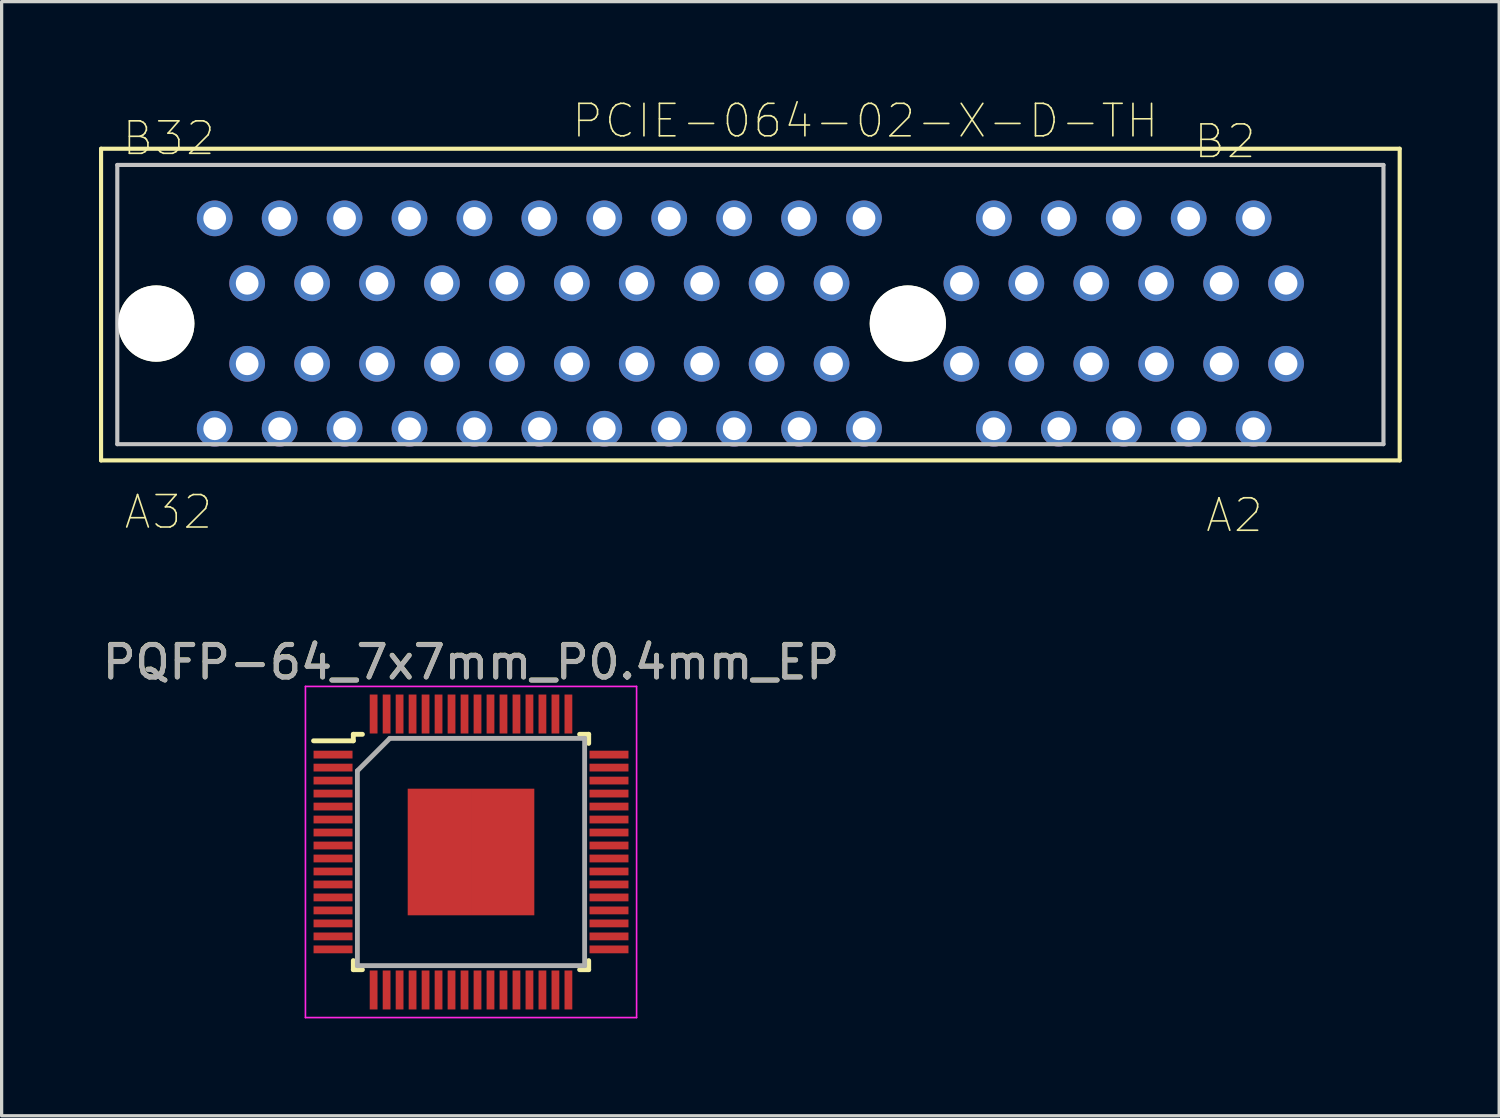
<source format=kicad_pcb>
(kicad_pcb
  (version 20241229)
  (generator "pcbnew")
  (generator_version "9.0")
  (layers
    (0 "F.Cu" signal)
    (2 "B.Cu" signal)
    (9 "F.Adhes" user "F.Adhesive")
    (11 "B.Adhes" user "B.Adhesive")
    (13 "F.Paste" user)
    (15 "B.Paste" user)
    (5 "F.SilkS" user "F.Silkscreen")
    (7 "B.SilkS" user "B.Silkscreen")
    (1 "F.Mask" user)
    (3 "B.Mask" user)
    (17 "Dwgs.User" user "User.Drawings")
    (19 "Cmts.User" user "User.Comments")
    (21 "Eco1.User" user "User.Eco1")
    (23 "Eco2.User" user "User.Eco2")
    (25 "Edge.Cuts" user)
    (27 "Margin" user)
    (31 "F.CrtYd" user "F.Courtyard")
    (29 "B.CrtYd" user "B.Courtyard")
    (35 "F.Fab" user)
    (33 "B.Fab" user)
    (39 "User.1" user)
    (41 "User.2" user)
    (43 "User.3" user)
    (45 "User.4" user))
  (footprint "PCIE-064-02-X-D-TH"
    (layer "F.Cu")
    (at 24.913 6.916)
    (property "Reference" "PCIE-064-02-X-D-TH" (at -1.312 -6.243 0) (layer "F.SilkS") (effects (font (size 1.001 1.001) (thickness 0.05))))
    (attr through_hole)
    (fp_line (start -24.85 -5.385) (end 15.15 -5.385) (stroke (width 0.127) (type solid)) (layer "F.SilkS"))
    (fp_line (start -24.85 4.215) (end -24.85 -5.385) (stroke (width 0.127) (type solid)) (layer "F.SilkS"))
    (fp_line (start 15.15 -5.385) (end 15.15 4.215) (stroke (width 0.127) (type solid)) (layer "F.SilkS"))
    (fp_line (start 15.15 4.215) (end -24.85 4.215) (stroke (width 0.127) (type solid)) (layer "F.SilkS"))
    (fp_line (start -24.35 -4.885) (end 14.65 -4.885) (stroke (width 0.127) (type solid)) (layer "Dwgs.User"))
    (fp_line (start -24.35 3.715) (end -24.35 -4.885) (stroke (width 0.127) (type solid)) (layer "Dwgs.User"))
    (fp_line (start 14.65 -4.885) (end 14.65 3.715) (stroke (width 0.127) (type solid)) (layer "Dwgs.User"))
    (fp_line (start 14.65 3.715) (end -24.35 3.715) (stroke (width 0.127) (type solid)) (layer "Dwgs.User"))
    (fp_text user "A32" (at -22.774 5.806 0) (layer "F.SilkS") (effects (font (size 1 1) (thickness 0.05))))
    (fp_text user "B32" (at -22.764 -5.704 0) (layer "F.SilkS") (effects (font (size 1 1) (thickness 0.05))))
    (fp_text user "A2" (at 10.06 5.906 0) (layer "F.SilkS") (effects (font (size 1 1) (thickness 0.05))))
    (fp_text user "B2" (at 9.769 -5.611 0) (layer "F.SilkS") (effects (font (size 1 1) (thickness 0.05))))
    (pad "" np_thru_hole circle (at -23.15 0) (size 2.35 2.35) (drill 2.35) (layers "*.Cu" "*.Mask" "F.SilkS"))
    (pad "" np_thru_hole circle (at 0 0) (size 2.35 2.35) (drill 2.35) (layers "*.Cu" "*.Mask" "F.SilkS"))
    (pad "A1" thru_hole circle (at 11.65 1.24) (size 1.1 1.1) (drill 0.7) (layers "*.Cu" "*.Mask"))
    (pad "A2" thru_hole circle (at 10.65 3.24) (size 1.1 1.1) (drill 0.7) (layers "*.Cu" "*.Mask"))
    (pad "A3" thru_hole circle (at 9.65 1.24) (size 1.1 1.1) (drill 0.7) (layers "*.Cu" "*.Mask"))
    (pad "A4" thru_hole circle (at 8.65 3.24) (size 1.1 1.1) (drill 0.7) (layers "*.Cu" "*.Mask"))
    (pad "A5" thru_hole circle (at 7.65 1.24) (size 1.1 1.1) (drill 0.7) (layers "*.Cu" "*.Mask"))
    (pad "A6" thru_hole circle (at 6.65 3.24) (size 1.1 1.1) (drill 0.7) (layers "*.Cu" "*.Mask"))
    (pad "A7" thru_hole circle (at 5.65 1.24) (size 1.1 1.1) (drill 0.7) (layers "*.Cu" "*.Mask"))
    (pad "A8" thru_hole circle (at 4.65 3.24) (size 1.1 1.1) (drill 0.7) (layers "*.Cu" "*.Mask"))
    (pad "A9" thru_hole circle (at 3.65 1.24) (size 1.1 1.1) (drill 0.7) (layers "*.Cu" "*.Mask"))
    (pad "A10" thru_hole circle (at 2.65 3.24) (size 1.1 1.1) (drill 0.7) (layers "*.Cu" "*.Mask"))
    (pad "A11" thru_hole circle (at 1.65 1.24) (size 1.1 1.1) (drill 0.7) (layers "*.Cu" "*.Mask"))
    (pad "A12" thru_hole circle (at -1.35 3.24) (size 1.1 1.1) (drill 0.7) (layers "*.Cu" "*.Mask"))
    (pad "A13" thru_hole circle (at -2.35 1.24) (size 1.1 1.1) (drill 0.7) (layers "*.Cu" "*.Mask"))
    (pad "A14" thru_hole circle (at -3.35 3.24) (size 1.1 1.1) (drill 0.7) (layers "*.Cu" "*.Mask"))
    (pad "A15" thru_hole circle (at -4.35 1.24) (size 1.1 1.1) (drill 0.7) (layers "*.Cu" "*.Mask"))
    (pad "A16" thru_hole circle (at -5.35 3.24) (size 1.1 1.1) (drill 0.7) (layers "*.Cu" "*.Mask"))
    (pad "A17" thru_hole circle (at -6.35 1.24) (size 1.1 1.1) (drill 0.7) (layers "*.Cu" "*.Mask"))
    (pad "A18" thru_hole circle (at -7.35 3.24) (size 1.1 1.1) (drill 0.7) (layers "*.Cu" "*.Mask"))
    (pad "A19" thru_hole circle (at -8.35 1.24) (size 1.1 1.1) (drill 0.7) (layers "*.Cu" "*.Mask"))
    (pad "A20" thru_hole circle (at -9.35 3.24) (size 1.1 1.1) (drill 0.7) (layers "*.Cu" "*.Mask"))
    (pad "A21" thru_hole circle (at -10.35 1.24) (size 1.1 1.1) (drill 0.7) (layers "*.Cu" "*.Mask"))
    (pad "A22" thru_hole circle (at -11.35 3.24) (size 1.1 1.1) (drill 0.7) (layers "*.Cu" "*.Mask"))
    (pad "A23" thru_hole circle (at -12.35 1.24) (size 1.1 1.1) (drill 0.7) (layers "*.Cu" "*.Mask"))
    (pad "A24" thru_hole circle (at -13.35 3.24) (size 1.1 1.1) (drill 0.7) (layers "*.Cu" "*.Mask"))
    (pad "A25" thru_hole circle (at -14.35 1.24) (size 1.1 1.1) (drill 0.7) (layers "*.Cu" "*.Mask"))
    (pad "A26" thru_hole circle (at -15.35 3.24) (size 1.1 1.1) (drill 0.7) (layers "*.Cu" "*.Mask"))
    (pad "A27" thru_hole circle (at -16.35 1.24) (size 1.1 1.1) (drill 0.7) (layers "*.Cu" "*.Mask"))
    (pad "A28" thru_hole circle (at -17.35 3.24) (size 1.1 1.1) (drill 0.7) (layers "*.Cu" "*.Mask"))
    (pad "A29" thru_hole circle (at -18.35 1.24) (size 1.1 1.1) (drill 0.7) (layers "*.Cu" "*.Mask"))
    (pad "A30" thru_hole circle (at -19.35 3.24) (size 1.1 1.1) (drill 0.7) (layers "*.Cu" "*.Mask"))
    (pad "A31" thru_hole circle (at -20.35 1.24) (size 1.1 1.1) (drill 0.7) (layers "*.Cu" "*.Mask"))
    (pad "A32" thru_hole circle (at -21.35 3.24) (size 1.1 1.1) (drill 0.7) (layers "*.Cu" "*.Mask"))
    (pad "B1" thru_hole circle (at 11.65 -1.24) (size 1.1 1.1) (drill 0.7) (layers "*.Cu" "*.Mask"))
    (pad "B2" thru_hole circle (at 10.65 -3.24) (size 1.1 1.1) (drill 0.7) (layers "*.Cu" "*.Mask"))
    (pad "B3" thru_hole circle (at 9.65 -1.24) (size 1.1 1.1) (drill 0.7) (layers "*.Cu" "*.Mask"))
    (pad "B4" thru_hole circle (at 8.65 -3.24) (size 1.1 1.1) (drill 0.7) (layers "*.Cu" "*.Mask"))
    (pad "B5" thru_hole circle (at 7.65 -1.24) (size 1.1 1.1) (drill 0.7) (layers "*.Cu" "*.Mask"))
    (pad "B6" thru_hole circle (at 6.65 -3.24) (size 1.1 1.1) (drill 0.7) (layers "*.Cu" "*.Mask"))
    (pad "B7" thru_hole circle (at 5.65 -1.24) (size 1.1 1.1) (drill 0.7) (layers "*.Cu" "*.Mask"))
    (pad "B8" thru_hole circle (at 4.65 -3.24) (size 1.1 1.1) (drill 0.7) (layers "*.Cu" "*.Mask"))
    (pad "B9" thru_hole circle (at 3.65 -1.24) (size 1.1 1.1) (drill 0.7) (layers "*.Cu" "*.Mask"))
    (pad "B10" thru_hole circle (at 2.65 -3.24) (size 1.1 1.1) (drill 0.7) (layers "*.Cu" "*.Mask"))
    (pad "B11" thru_hole circle (at 1.65 -1.24) (size 1.1 1.1) (drill 0.7) (layers "*.Cu" "*.Mask"))
    (pad "B12" thru_hole circle (at -1.35 -3.24) (size 1.1 1.1) (drill 0.7) (layers "*.Cu" "*.Mask"))
    (pad "B13" thru_hole circle (at -2.35 -1.24) (size 1.1 1.1) (drill 0.7) (layers "*.Cu" "*.Mask"))
    (pad "B14" thru_hole circle (at -3.35 -3.24) (size 1.1 1.1) (drill 0.7) (layers "*.Cu" "*.Mask"))
    (pad "B15" thru_hole circle (at -4.35 -1.24) (size 1.1 1.1) (drill 0.7) (layers "*.Cu" "*.Mask"))
    (pad "B16" thru_hole circle (at -5.35 -3.24) (size 1.1 1.1) (drill 0.7) (layers "*.Cu" "*.Mask"))
    (pad "B17" thru_hole circle (at -6.35 -1.24) (size 1.1 1.1) (drill 0.7) (layers "*.Cu" "*.Mask"))
    (pad "B18" thru_hole circle (at -7.35 -3.24) (size 1.1 1.1) (drill 0.7) (layers "*.Cu" "*.Mask"))
    (pad "B19" thru_hole circle (at -8.35 -1.24) (size 1.1 1.1) (drill 0.7) (layers "*.Cu" "*.Mask"))
    (pad "B20" thru_hole circle (at -9.35 -3.24) (size 1.1 1.1) (drill 0.7) (layers "*.Cu" "*.Mask"))
    (pad "B21" thru_hole circle (at -10.35 -1.24) (size 1.1 1.1) (drill 0.7) (layers "*.Cu" "*.Mask"))
    (pad "B22" thru_hole circle (at -11.35 -3.24) (size 1.1 1.1) (drill 0.7) (layers "*.Cu" "*.Mask"))
    (pad "B23" thru_hole circle (at -12.35 -1.24) (size 1.1 1.1) (drill 0.7) (layers "*.Cu" "*.Mask"))
    (pad "B24" thru_hole circle (at -13.35 -3.24) (size 1.1 1.1) (drill 0.7) (layers "*.Cu" "*.Mask"))
    (pad "B25" thru_hole circle (at -14.35 -1.24) (size 1.1 1.1) (drill 0.7) (layers "*.Cu" "*.Mask"))
    (pad "B26" thru_hole circle (at -15.35 -3.24) (size 1.1 1.1) (drill 0.7) (layers "*.Cu" "*.Mask"))
    (pad "B27" thru_hole circle (at -16.35 -1.24) (size 1.1 1.1) (drill 0.7) (layers "*.Cu" "*.Mask"))
    (pad "B28" thru_hole circle (at -17.35 -3.24) (size 1.1 1.1) (drill 0.7) (layers "*.Cu" "*.Mask"))
    (pad "B29" thru_hole circle (at -18.35 -1.24) (size 1.1 1.1) (drill 0.7) (layers "*.Cu" "*.Mask"))
    (pad "B30" thru_hole circle (at -19.35 -3.24) (size 1.1 1.1) (drill 0.7) (layers "*.Cu" "*.Mask"))
    (pad "B31" thru_hole circle (at -20.35 -1.24) (size 1.1 1.1) (drill 0.7) (layers "*.Cu" "*.Mask"))
    (pad "B32" thru_hole circle (at -21.35 -3.24) (size 1.1 1.1) (drill 0.7) (layers "*.Cu" "*.Mask")))
  (footprint "PQFP-64_7x7mm_P0.4mm_EP"
    (layer "F.Cu")
    (at 11.458 23.193)
    (property "Reference" "PQFP-64_7x7mm_P0.4mm_EP" (at 0 -5.85 0) (layer "F.SilkS") (effects (font (size 1 1) (thickness 0.15))))
    (attr smd)
    (fp_line (start -3.625 -3.625) (end -3.625 -3.425) (stroke (width 0.15) (type solid)) (layer "F.SilkS"))
    (fp_line (start -3.625 -3.625) (end -3.345 -3.625) (stroke (width 0.15) (type solid)) (layer "F.SilkS"))
    (fp_line (start -3.625 -3.425) (end -4.85 -3.425) (stroke (width 0.15) (type solid)) (layer "F.SilkS"))
    (fp_line (start -3.625 3.625) (end -3.625 3.345) (stroke (width 0.15) (type solid)) (layer "F.SilkS"))
    (fp_line (start -3.625 3.625) (end -3.345 3.625) (stroke (width 0.15) (type solid)) (layer "F.SilkS"))
    (fp_line (start 3.625 -3.625) (end 3.345 -3.625) (stroke (width 0.15) (type solid)) (layer "F.SilkS"))
    (fp_line (start 3.625 -3.625) (end 3.625 -3.345) (stroke (width 0.15) (type solid)) (layer "F.SilkS"))
    (fp_line (start 3.625 3.625) (end 3.345 3.625) (stroke (width 0.15) (type solid)) (layer "F.SilkS"))
    (fp_line (start 3.625 3.625) (end 3.625 3.345) (stroke (width 0.15) (type solid)) (layer "F.SilkS"))
    (fp_line (start -5.1 -5.1) (end -5.1 5.1) (stroke (width 0.05) (type solid)) (layer "F.CrtYd"))
    (fp_line (start -5.1 -5.1) (end 5.1 -5.1) (stroke (width 0.05) (type solid)) (layer "F.CrtYd"))
    (fp_line (start -5.1 5.1) (end 5.1 5.1) (stroke (width 0.05) (type solid)) (layer "F.CrtYd"))
    (fp_line (start 5.1 -5.1) (end 5.1 5.1) (stroke (width 0.05) (type solid)) (layer "F.CrtYd"))
    (fp_line (start -3.5 -2.5) (end -2.5 -3.5) (stroke (width 0.15) (type solid)) (layer "F.Fab"))
    (fp_line (start -3.5 3.5) (end -3.5 -2.5) (stroke (width 0.15) (type solid)) (layer "F.Fab"))
    (fp_line (start -2.5 -3.5) (end 3.5 -3.5) (stroke (width 0.15) (type solid)) (layer "F.Fab"))
    (fp_line (start 3.5 -3.5) (end 3.5 3.5) (stroke (width 0.15) (type solid)) (layer "F.Fab"))
    (fp_line (start 3.5 3.5) (end -3.5 3.5) (stroke (width 0.15) (type solid)) (layer "F.Fab"))
    (fp_text user "${REFERENCE}" (at 0 -5.842 0) (layer "F.Fab") (effects (font (size 1 1) (thickness 0.15))))
    (pad "1" smd rect (at -4.25 -3) (size 1.2 0.24) (layers "F.Cu" "F.Mask" "F.Paste"))
    (pad "2" smd rect (at -4.25 -2.6) (size 1.2 0.24) (layers "F.Cu" "F.Mask" "F.Paste"))
    (pad "3" smd rect (at -4.25 -2.2) (size 1.2 0.24) (layers "F.Cu" "F.Mask" "F.Paste"))
    (pad "4" smd rect (at -4.25 -1.8) (size 1.2 0.24) (layers "F.Cu" "F.Mask" "F.Paste"))
    (pad "5" smd rect (at -4.25 -1.4) (size 1.2 0.24) (layers "F.Cu" "F.Mask" "F.Paste"))
    (pad "6" smd rect (at -4.25 -1) (size 1.2 0.24) (layers "F.Cu" "F.Mask" "F.Paste"))
    (pad "7" smd rect (at -4.25 -0.6) (size 1.2 0.24) (layers "F.Cu" "F.Mask" "F.Paste"))
    (pad "8" smd rect (at -4.25 -0.2) (size 1.2 0.24) (layers "F.Cu" "F.Mask" "F.Paste"))
    (pad "9" smd rect (at -4.25 0.2) (size 1.2 0.24) (layers "F.Cu" "F.Mask" "F.Paste"))
    (pad "10" smd rect (at -4.25 0.6) (size 1.2 0.24) (layers "F.Cu" "F.Mask" "F.Paste"))
    (pad "11" smd rect (at -4.25 1) (size 1.2 0.24) (layers "F.Cu" "F.Mask" "F.Paste"))
    (pad "12" smd rect (at -4.25 1.4) (size 1.2 0.24) (layers "F.Cu" "F.Mask" "F.Paste"))
    (pad "13" smd rect (at -4.25 1.8) (size 1.2 0.24) (layers "F.Cu" "F.Mask" "F.Paste"))
    (pad "14" smd rect (at -4.25 2.2) (size 1.2 0.24) (layers "F.Cu" "F.Mask" "F.Paste"))
    (pad "15" smd rect (at -4.25 2.6) (size 1.2 0.24) (layers "F.Cu" "F.Mask" "F.Paste"))
    (pad "16" smd rect (at -4.25 3) (size 1.2 0.24) (layers "F.Cu" "F.Mask" "F.Paste"))
    (pad "17" smd rect (at -3 4.25 90) (size 1.2 0.24) (layers "F.Cu" "F.Mask" "F.Paste"))
    (pad "18" smd rect (at -2.6 4.25 90) (size 1.2 0.24) (layers "F.Cu" "F.Mask" "F.Paste"))
    (pad "19" smd rect (at -2.2 4.25 90) (size 1.2 0.24) (layers "F.Cu" "F.Mask" "F.Paste"))
    (pad "20" smd rect (at -1.8 4.25 90) (size 1.2 0.24) (layers "F.Cu" "F.Mask" "F.Paste"))
    (pad "21" smd rect (at -1.4 4.25 90) (size 1.2 0.24) (layers "F.Cu" "F.Mask" "F.Paste"))
    (pad "22" smd rect (at -1 4.25 90) (size 1.2 0.24) (layers "F.Cu" "F.Mask" "F.Paste"))
    (pad "23" smd rect (at -0.6 4.25 90) (size 1.2 0.24) (layers "F.Cu" "F.Mask" "F.Paste"))
    (pad "24" smd rect (at -0.2 4.25 90) (size 1.2 0.24) (layers "F.Cu" "F.Mask" "F.Paste"))
    (pad "25" smd rect (at 0.2 4.25 90) (size 1.2 0.24) (layers "F.Cu" "F.Mask" "F.Paste"))
    (pad "26" smd rect (at 0.6 4.25 90) (size 1.2 0.24) (layers "F.Cu" "F.Mask" "F.Paste"))
    (pad "27" smd rect (at 1 4.25 90) (size 1.2 0.24) (layers "F.Cu" "F.Mask" "F.Paste"))
    (pad "28" smd rect (at 1.4 4.25 90) (size 1.2 0.24) (layers "F.Cu" "F.Mask" "F.Paste"))
    (pad "29" smd rect (at 1.8 4.25 90) (size 1.2 0.24) (layers "F.Cu" "F.Mask" "F.Paste"))
    (pad "30" smd rect (at 2.2 4.25 90) (size 1.2 0.24) (layers "F.Cu" "F.Mask" "F.Paste"))
    (pad "31" smd rect (at 2.6 4.25 90) (size 1.2 0.24) (layers "F.Cu" "F.Mask" "F.Paste"))
    (pad "32" smd rect (at 3 4.25 90) (size 1.2 0.24) (layers "F.Cu" "F.Mask" "F.Paste"))
    (pad "33" smd rect (at 4.25 3) (size 1.2 0.24) (layers "F.Cu" "F.Mask" "F.Paste"))
    (pad "34" smd rect (at 4.25 2.6) (size 1.2 0.24) (layers "F.Cu" "F.Mask" "F.Paste"))
    (pad "35" smd rect (at 4.25 2.2) (size 1.2 0.24) (layers "F.Cu" "F.Mask" "F.Paste"))
    (pad "36" smd rect (at 4.25 1.8) (size 1.2 0.24) (layers "F.Cu" "F.Mask" "F.Paste"))
    (pad "37" smd rect (at 4.25 1.4) (size 1.2 0.24) (layers "F.Cu" "F.Mask" "F.Paste"))
    (pad "38" smd rect (at 4.25 1) (size 1.2 0.24) (layers "F.Cu" "F.Mask" "F.Paste"))
    (pad "39" smd rect (at 4.25 0.6) (size 1.2 0.24) (layers "F.Cu" "F.Mask" "F.Paste"))
    (pad "40" smd rect (at 4.25 0.2) (size 1.2 0.24) (layers "F.Cu" "F.Mask" "F.Paste"))
    (pad "41" smd rect (at 4.25 -0.2) (size 1.2 0.24) (layers "F.Cu" "F.Mask" "F.Paste"))
    (pad "42" smd rect (at 4.25 -0.6) (size 1.2 0.24) (layers "F.Cu" "F.Mask" "F.Paste"))
    (pad "43" smd rect (at 4.25 -1) (size 1.2 0.24) (layers "F.Cu" "F.Mask" "F.Paste"))
    (pad "44" smd rect (at 4.25 -1.4) (size 1.2 0.24) (layers "F.Cu" "F.Mask" "F.Paste"))
    (pad "45" smd rect (at 4.25 -1.8) (size 1.2 0.24) (layers "F.Cu" "F.Mask" "F.Paste"))
    (pad "46" smd rect (at 4.25 -2.2) (size 1.2 0.24) (layers "F.Cu" "F.Mask" "F.Paste"))
    (pad "47" smd rect (at 4.25 -2.6) (size 1.2 0.24) (layers "F.Cu" "F.Mask" "F.Paste"))
    (pad "48" smd rect (at 4.25 -3) (size 1.2 0.24) (layers "F.Cu" "F.Mask" "F.Paste"))
    (pad "49" smd rect (at 3 -4.25 90) (size 1.2 0.24) (layers "F.Cu" "F.Mask" "F.Paste"))
    (pad "50" smd rect (at 2.6 -4.25 90) (size 1.2 0.24) (layers "F.Cu" "F.Mask" "F.Paste"))
    (pad "51" smd rect (at 2.2 -4.25 90) (size 1.2 0.24) (layers "F.Cu" "F.Mask" "F.Paste"))
    (pad "52" smd rect (at 1.8 -4.25 90) (size 1.2 0.24) (layers "F.Cu" "F.Mask" "F.Paste"))
    (pad "53" smd rect (at 1.4 -4.25 90) (size 1.2 0.24) (layers "F.Cu" "F.Mask" "F.Paste"))
    (pad "54" smd rect (at 1 -4.25 90) (size 1.2 0.24) (layers "F.Cu" "F.Mask" "F.Paste"))
    (pad "55" smd rect (at 0.6 -4.25 90) (size 1.2 0.24) (layers "F.Cu" "F.Mask" "F.Paste"))
    (pad "56" smd rect (at 0.2 -4.25 90) (size 1.2 0.24) (layers "F.Cu" "F.Mask" "F.Paste"))
    (pad "57" smd rect (at -0.2 -4.25 90) (size 1.2 0.24) (layers "F.Cu" "F.Mask" "F.Paste"))
    (pad "58" smd rect (at -0.6 -4.25 90) (size 1.2 0.24) (layers "F.Cu" "F.Mask" "F.Paste"))
    (pad "59" smd rect (at -1 -4.25 90) (size 1.2 0.24) (layers "F.Cu" "F.Mask" "F.Paste"))
    (pad "60" smd rect (at -1.4 -4.25 90) (size 1.2 0.24) (layers "F.Cu" "F.Mask" "F.Paste"))
    (pad "61" smd rect (at -1.8 -4.25 90) (size 1.2 0.24) (layers "F.Cu" "F.Mask" "F.Paste"))
    (pad "62" smd rect (at -2.2 -4.25 90) (size 1.2 0.24) (layers "F.Cu" "F.Mask" "F.Paste"))
    (pad "63" smd rect (at -2.6 -4.25 90) (size 1.2 0.24) (layers "F.Cu" "F.Mask" "F.Paste"))
    (pad "64" smd rect (at -3 -4.25 90) (size 1.2 0.24) (layers "F.Cu" "F.Mask" "F.Paste"))
    (pad "65" smd rect (at -0.975 -0.975) (size 1.95 1.95) (layers "F.Cu" "F.Mask" "F.Paste"))
    (pad "65" smd rect (at -0.975 0.975) (size 1.95 1.95) (layers "F.Cu" "F.Mask" "F.Paste"))
    (pad "65" smd rect (at 0.975 -0.975) (size 1.95 1.95) (layers "F.Cu" "F.Mask" "F.Paste"))
    (pad "65" smd rect (at 0.975 0.975) (size 1.95 1.95) (layers "F.Cu" "F.Mask" "F.Paste")))
  (gr_rect
    (start -3 -3)
    (end 43.127 31.318)
    (stroke (width 0.1) (type default))
    (fill no)
    (layer "Edge.Cuts")))
</source>
